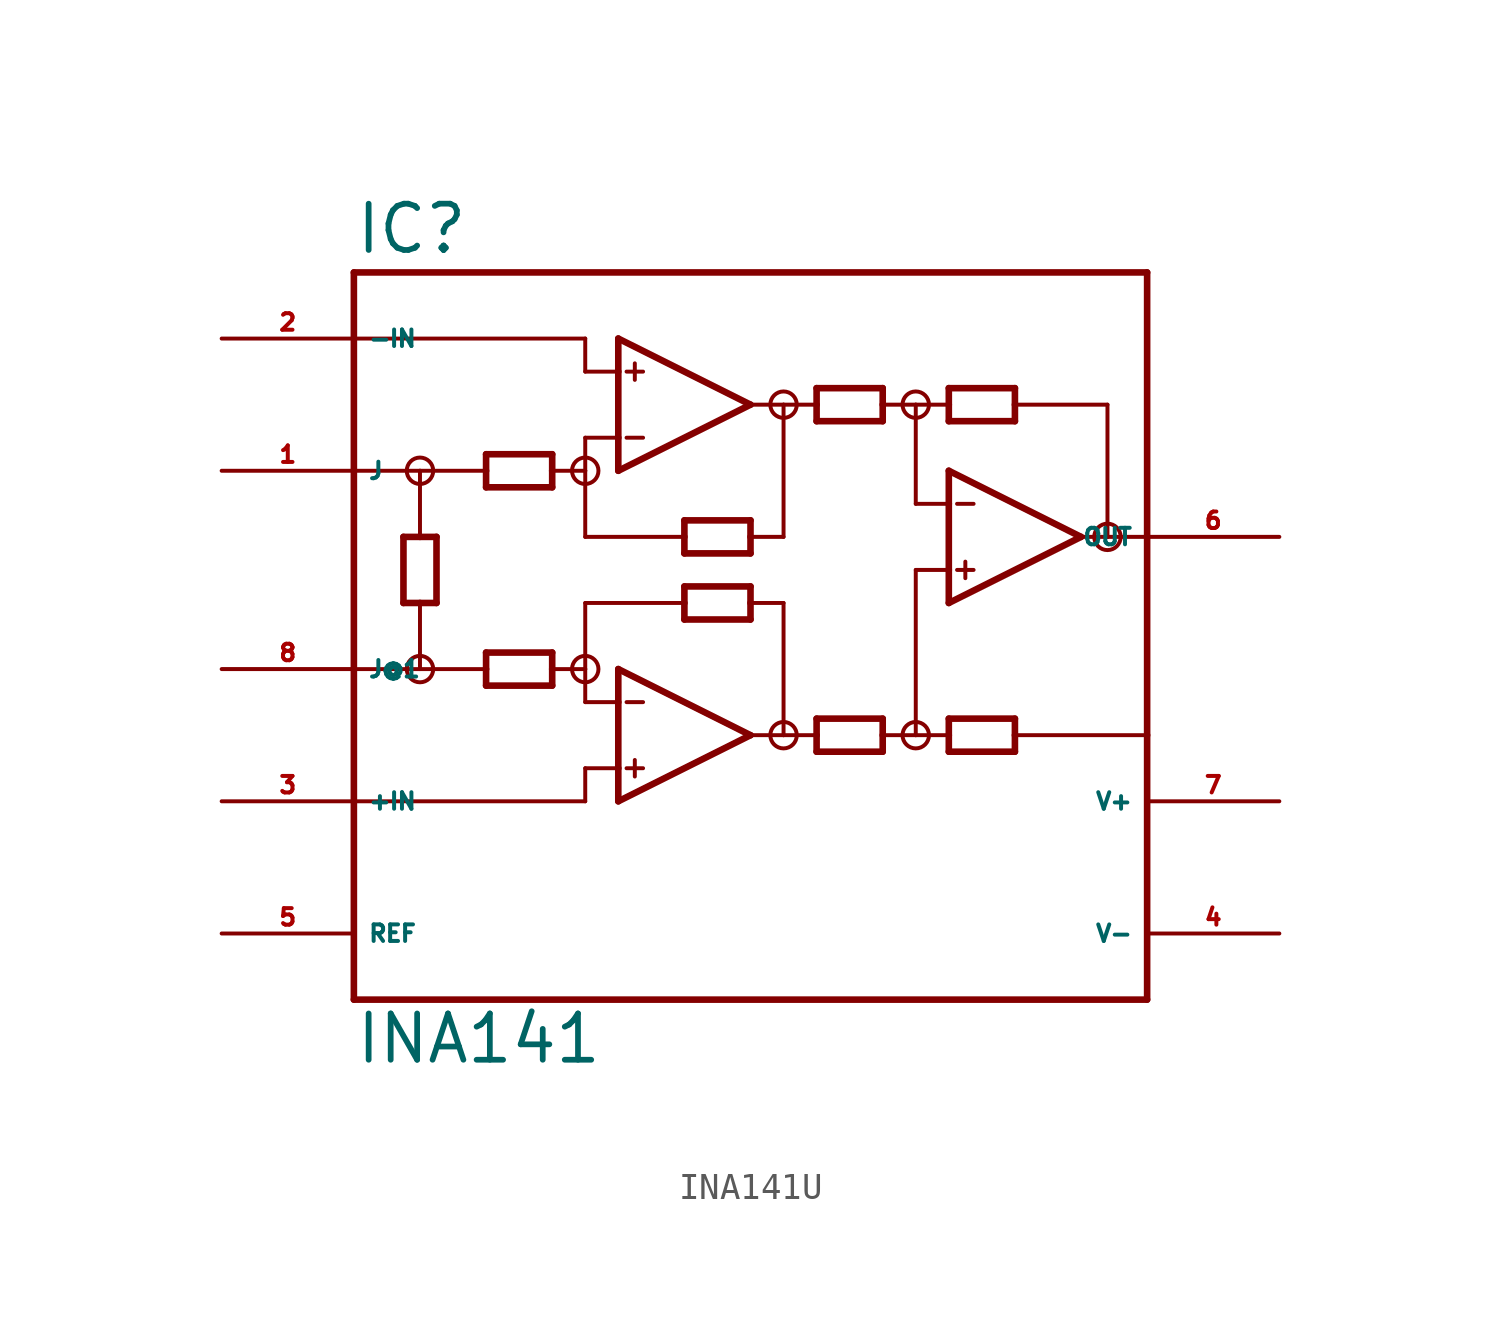
<source format=kicad_sym>
(kicad_symbol_lib
  (version 20220914)
  (generator Eagle2Kicad)
  (symbol "INA141U"
    (property "Reference" "IC"
      (at -17.78 15.875 0)
      (effects (font (size 1.778 1.778) (thickness 0.22)) (justify left bottom)))
    (property "Value" "INA141"
      (at -17.78 -15.24 0)
      (effects (font (size 1.778 1.778) (thickness 0.22)) (justify left bottom)))
    (polyline
      (pts (xy -7.62 7.62) (xy -7.62 8.89))
      (stroke (width 0.254) (type default))
      (fill (type none)))
    (polyline
      (pts (xy -7.62 8.89) (xy -7.62 11.43))
      (stroke (width 0.254) (type default))
      (fill (type none)))
    (polyline
      (pts (xy -7.62 11.43) (xy -7.62 12.7))
      (stroke (width 0.254) (type default))
      (fill (type none)))
    (polyline
      (pts (xy -7.62 12.7) (xy -2.54 10.16))
      (stroke (width 0.254) (type default))
      (fill (type none)))
    (polyline
      (pts (xy -2.54 10.16) (xy -7.62 7.62))
      (stroke (width 0.254) (type default))
      (fill (type none)))
    (polyline
      (pts (xy -2.54 4.445) (xy -2.54 5.08))
      (stroke (width 0.254) (type default))
      (fill (type none)))
    (polyline
      (pts (xy -2.54 5.08) (xy -2.54 5.715))
      (stroke (width 0.254) (type default))
      (fill (type none)))
    (polyline
      (pts (xy -2.54 5.715) (xy -5.08 5.715))
      (stroke (width 0.254) (type default))
      (fill (type none)))
    (polyline
      (pts (xy -5.08 5.715) (xy -5.08 5.08))
      (stroke (width 0.254) (type default))
      (fill (type none)))
    (polyline
      (pts (xy -5.08 5.08) (xy -5.08 4.445))
      (stroke (width 0.254) (type default))
      (fill (type none)))
    (polyline
      (pts (xy -5.08 4.445) (xy -2.54 4.445))
      (stroke (width 0.254) (type default))
      (fill (type none)))
    (polyline
      (pts (xy 0 9.525) (xy 0 10.16))
      (stroke (width 0.254) (type default))
      (fill (type none)))
    (polyline
      (pts (xy 0 10.16) (xy 0 10.795))
      (stroke (width 0.254) (type default))
      (fill (type none)))
    (polyline
      (pts (xy 0 10.795) (xy 2.54 10.795))
      (stroke (width 0.254) (type default))
      (fill (type none)))
    (polyline
      (pts (xy 2.54 10.795) (xy 2.54 10.16))
      (stroke (width 0.254) (type default))
      (fill (type none)))
    (polyline
      (pts (xy 2.54 10.16) (xy 2.54 9.525))
      (stroke (width 0.254) (type default))
      (fill (type none)))
    (polyline
      (pts (xy 2.54 9.525) (xy 0 9.525))
      (stroke (width 0.254) (type default))
      (fill (type none)))
    (polyline
      (pts (xy -7.62 11.43) (xy -8.89 11.43))
      (stroke (width 0.152) (type default))
      (fill (type none)))
    (polyline
      (pts (xy 7.62 10.795) (xy 7.62 10.16))
      (stroke (width 0.254) (type default))
      (fill (type none)))
    (polyline
      (pts (xy 7.62 10.16) (xy 7.62 9.525))
      (stroke (width 0.254) (type default))
      (fill (type none)))
    (polyline
      (pts (xy 7.62 9.525) (xy 5.08 9.525))
      (stroke (width 0.254) (type default))
      (fill (type none)))
    (polyline
      (pts (xy 5.08 9.525) (xy 5.08 10.16))
      (stroke (width 0.254) (type default))
      (fill (type none)))
    (polyline
      (pts (xy 5.08 10.16) (xy 5.08 10.795))
      (stroke (width 0.254) (type default))
      (fill (type none)))
    (polyline
      (pts (xy 5.08 10.795) (xy 7.62 10.795))
      (stroke (width 0.254) (type default))
      (fill (type none)))
    (polyline
      (pts (xy 5.08 -1.905) (xy 5.08 -2.54))
      (stroke (width 0.254) (type default))
      (fill (type none)))
    (polyline
      (pts (xy 5.08 -2.54) (xy 5.08 -3.175))
      (stroke (width 0.254) (type default))
      (fill (type none)))
    (polyline
      (pts (xy 5.08 -3.175) (xy 7.62 -3.175))
      (stroke (width 0.254) (type default))
      (fill (type none)))
    (polyline
      (pts (xy 7.62 -3.175) (xy 7.62 -2.54))
      (stroke (width 0.254) (type default))
      (fill (type none)))
    (polyline
      (pts (xy 7.62 -2.54) (xy 7.62 -1.905))
      (stroke (width 0.254) (type default))
      (fill (type none)))
    (polyline
      (pts (xy 7.62 -1.905) (xy 5.08 -1.905))
      (stroke (width 0.254) (type default))
      (fill (type none)))
    (polyline
      (pts (xy -7.62 8.89) (xy -8.89 8.89))
      (stroke (width 0.152) (type default))
      (fill (type none)))
    (polyline
      (pts (xy -7.303 11.43) (xy -6.668 11.43))
      (stroke (width 0.152) (type default))
      (fill (type none)))
    (polyline
      (pts (xy -7.303 8.89) (xy -6.668 8.89))
      (stroke (width 0.152) (type default))
      (fill (type none)))
    (polyline
      (pts (xy -6.985 11.748) (xy -6.985 11.113))
      (stroke (width 0.152) (type default))
      (fill (type none)))
    (polyline
      (pts (xy -17.78 -12.7) (xy 12.7 -12.7))
      (stroke (width 0.254) (type default))
      (fill (type none)))
    (polyline
      (pts (xy 12.7 -12.7) (xy 12.7 -2.54))
      (stroke (width 0.254) (type default))
      (fill (type none)))
    (polyline
      (pts (xy 12.7 -2.54) (xy 12.7 5.08))
      (stroke (width 0.254) (type default))
      (fill (type none)))
    (polyline
      (pts (xy 12.7 5.08) (xy 12.7 15.24))
      (stroke (width 0.254) (type default))
      (fill (type none)))
    (polyline
      (pts (xy 12.7 15.24) (xy -17.78 15.24))
      (stroke (width 0.254) (type default))
      (fill (type none)))
    (polyline
      (pts (xy -17.78 15.24) (xy -17.78 12.7))
      (stroke (width 0.254) (type default))
      (fill (type none)))
    (polyline
      (pts (xy -17.78 12.7) (xy -17.78 7.62))
      (stroke (width 0.254) (type default))
      (fill (type none)))
    (polyline
      (pts (xy -17.78 7.62) (xy -17.78 0))
      (stroke (width 0.254) (type default))
      (fill (type none)))
    (polyline
      (pts (xy -17.78 0) (xy -17.78 -5.08))
      (stroke (width 0.254) (type default))
      (fill (type none)))
    (polyline
      (pts (xy -17.78 -5.08) (xy -17.78 -12.7))
      (stroke (width 0.254) (type default))
      (fill (type none)))
    (polyline
      (pts (xy -7.62 -5.08) (xy -7.62 -3.81))
      (stroke (width 0.254) (type default))
      (fill (type none)))
    (polyline
      (pts (xy -7.62 -3.81) (xy -7.62 -1.27))
      (stroke (width 0.254) (type default))
      (fill (type none)))
    (polyline
      (pts (xy -7.62 -1.27) (xy -7.62 0))
      (stroke (width 0.254) (type default))
      (fill (type none)))
    (polyline
      (pts (xy -7.62 0) (xy -2.54 -2.54))
      (stroke (width 0.254) (type default))
      (fill (type none)))
    (polyline
      (pts (xy -2.54 -2.54) (xy -7.62 -5.08))
      (stroke (width 0.254) (type default))
      (fill (type none)))
    (polyline
      (pts (xy 2.54 -3.175) (xy 2.54 -2.54))
      (stroke (width 0.254) (type default))
      (fill (type none)))
    (polyline
      (pts (xy 2.54 -2.54) (xy 2.54 -1.905))
      (stroke (width 0.254) (type default))
      (fill (type none)))
    (polyline
      (pts (xy 2.54 -1.905) (xy 0 -1.905))
      (stroke (width 0.254) (type default))
      (fill (type none)))
    (polyline
      (pts (xy 0 -1.905) (xy 0 -2.54))
      (stroke (width 0.254) (type default))
      (fill (type none)))
    (polyline
      (pts (xy 0 -2.54) (xy 0 -3.175))
      (stroke (width 0.254) (type default))
      (fill (type none)))
    (polyline
      (pts (xy 0 -3.175) (xy 2.54 -3.175))
      (stroke (width 0.254) (type default))
      (fill (type none)))
    (polyline
      (pts (xy -5.08 1.905) (xy -5.08 2.54))
      (stroke (width 0.254) (type default))
      (fill (type none)))
    (polyline
      (pts (xy -5.08 2.54) (xy -5.08 3.175))
      (stroke (width 0.254) (type default))
      (fill (type none)))
    (polyline
      (pts (xy -5.08 3.175) (xy -2.54 3.175))
      (stroke (width 0.254) (type default))
      (fill (type none)))
    (polyline
      (pts (xy -2.54 3.175) (xy -2.54 2.54))
      (stroke (width 0.254) (type default))
      (fill (type none)))
    (polyline
      (pts (xy -2.54 2.54) (xy -2.54 1.905))
      (stroke (width 0.254) (type default))
      (fill (type none)))
    (polyline
      (pts (xy -2.54 1.905) (xy -5.08 1.905))
      (stroke (width 0.254) (type default))
      (fill (type none)))
    (polyline
      (pts (xy -7.62 -1.27) (xy -8.89 -1.27))
      (stroke (width 0.152) (type default))
      (fill (type none)))
    (polyline
      (pts (xy -7.62 -3.81) (xy -8.89 -3.81))
      (stroke (width 0.152) (type default))
      (fill (type none)))
    (polyline
      (pts (xy -7.303 -1.27) (xy -6.668 -1.27))
      (stroke (width 0.152) (type default))
      (fill (type none)))
    (polyline
      (pts (xy -7.303 -3.81) (xy -6.668 -3.81))
      (stroke (width 0.152) (type default))
      (fill (type none)))
    (polyline
      (pts (xy -6.985 -3.493) (xy -6.985 -4.128))
      (stroke (width 0.152) (type default))
      (fill (type none)))
    (polyline
      (pts (xy -8.89 11.43) (xy -8.89 12.7))
      (stroke (width 0.152) (type default))
      (fill (type none)))
    (polyline
      (pts (xy -8.89 12.7) (xy -17.78 12.7))
      (stroke (width 0.152) (type default))
      (fill (type none)))
    (polyline
      (pts (xy 5.08 2.54) (xy 5.08 3.81))
      (stroke (width 0.254) (type default))
      (fill (type none)))
    (polyline
      (pts (xy 5.08 3.81) (xy 5.08 6.35))
      (stroke (width 0.254) (type default))
      (fill (type none)))
    (polyline
      (pts (xy 5.08 6.35) (xy 5.08 7.62))
      (stroke (width 0.254) (type default))
      (fill (type none)))
    (polyline
      (pts (xy 5.08 7.62) (xy 10.16 5.08))
      (stroke (width 0.254) (type default))
      (fill (type none)))
    (polyline
      (pts (xy 10.16 5.08) (xy 5.08 2.54))
      (stroke (width 0.254) (type default))
      (fill (type none)))
    (polyline
      (pts (xy 5.08 3.81) (xy 3.81 3.81))
      (stroke (width 0.152) (type default))
      (fill (type none)))
    (polyline
      (pts (xy 5.397 6.35) (xy 6.032 6.35))
      (stroke (width 0.152) (type default))
      (fill (type none)))
    (polyline
      (pts (xy 5.397 3.81) (xy 6.032 3.81))
      (stroke (width 0.152) (type default))
      (fill (type none)))
    (polyline
      (pts (xy 5.715 4.128) (xy 5.715 3.493))
      (stroke (width 0.152) (type default))
      (fill (type none)))
    (polyline
      (pts (xy -2.54 10.16) (xy -1.27 10.16))
      (stroke (width 0.152) (type default))
      (fill (type none)))
    (polyline
      (pts (xy -1.27 10.16) (xy 0 10.16))
      (stroke (width 0.152) (type default))
      (fill (type none)))
    (polyline
      (pts (xy 2.54 10.16) (xy 3.81 10.16))
      (stroke (width 0.152) (type default))
      (fill (type none)))
    (polyline
      (pts (xy 3.81 10.16) (xy 5.08 10.16))
      (stroke (width 0.152) (type default))
      (fill (type none)))
    (polyline
      (pts (xy 10.16 5.08) (xy 11.176 5.08))
      (stroke (width 0.152) (type default))
      (fill (type none)))
    (polyline
      (pts (xy 11.176 5.08) (xy 11.176 10.16))
      (stroke (width 0.152) (type default))
      (fill (type none)))
    (polyline
      (pts (xy 11.176 10.16) (xy 7.62 10.16))
      (stroke (width 0.152) (type default))
      (fill (type none)))
    (polyline
      (pts (xy 11.176 5.08) (xy 12.7 5.08))
      (stroke (width 0.152) (type default))
      (fill (type none)))
    (polyline
      (pts (xy -8.89 8.89) (xy -8.89 7.62))
      (stroke (width 0.152) (type default))
      (fill (type none)))
    (polyline
      (pts (xy -8.89 7.62) (xy -8.89 5.08))
      (stroke (width 0.152) (type default))
      (fill (type none)))
    (polyline
      (pts (xy -8.89 5.08) (xy -5.08 5.08))
      (stroke (width 0.152) (type default))
      (fill (type none)))
    (polyline
      (pts (xy -1.27 10.16) (xy -1.27 5.08))
      (stroke (width 0.152) (type default))
      (fill (type none)))
    (polyline
      (pts (xy -1.27 5.08) (xy -2.54 5.08))
      (stroke (width 0.152) (type default))
      (fill (type none)))
    (polyline
      (pts (xy 3.81 10.16) (xy 3.81 6.35))
      (stroke (width 0.152) (type default))
      (fill (type none)))
    (polyline
      (pts (xy 3.81 6.35) (xy 5.08 6.35))
      (stroke (width 0.152) (type default))
      (fill (type none)))
    (polyline
      (pts (xy -5.08 2.54) (xy -8.89 2.54))
      (stroke (width 0.152) (type default))
      (fill (type none)))
    (polyline
      (pts (xy -8.89 2.54) (xy -8.89 0))
      (stroke (width 0.152) (type default))
      (fill (type none)))
    (polyline
      (pts (xy -8.89 0) (xy -8.89 -1.27))
      (stroke (width 0.152) (type default))
      (fill (type none)))
    (polyline
      (pts (xy -2.54 2.54) (xy -1.27 2.54))
      (stroke (width 0.152) (type default))
      (fill (type none)))
    (polyline
      (pts (xy -1.27 2.54) (xy -1.27 -2.54))
      (stroke (width 0.152) (type default))
      (fill (type none)))
    (polyline
      (pts (xy -1.27 -2.54) (xy -2.54 -2.54))
      (stroke (width 0.152) (type default))
      (fill (type none)))
    (polyline
      (pts (xy -1.27 -2.54) (xy 0 -2.54))
      (stroke (width 0.152) (type default))
      (fill (type none)))
    (polyline
      (pts (xy 2.54 -2.54) (xy 3.81 -2.54))
      (stroke (width 0.152) (type default))
      (fill (type none)))
    (polyline
      (pts (xy 3.81 -2.54) (xy 5.08 -2.54))
      (stroke (width 0.152) (type default))
      (fill (type none)))
    (polyline
      (pts (xy -8.89 -3.81) (xy -8.89 -5.08))
      (stroke (width 0.152) (type default))
      (fill (type none)))
    (polyline
      (pts (xy -8.89 -5.08) (xy -17.78 -5.08))
      (stroke (width 0.152) (type default))
      (fill (type none)))
    (polyline
      (pts (xy 3.81 3.81) (xy 3.81 -2.54))
      (stroke (width 0.152) (type default))
      (fill (type none)))
    (polyline
      (pts (xy 7.62 -2.54) (xy 12.7 -2.54))
      (stroke (width 0.152) (type default))
      (fill (type none)))
    (polyline
      (pts (xy -10.16 6.985) (xy -10.16 7.62))
      (stroke (width 0.254) (type default))
      (fill (type none)))
    (polyline
      (pts (xy -10.16 7.62) (xy -10.16 8.255))
      (stroke (width 0.254) (type default))
      (fill (type none)))
    (polyline
      (pts (xy -10.16 8.255) (xy -12.7 8.255))
      (stroke (width 0.254) (type default))
      (fill (type none)))
    (polyline
      (pts (xy -12.7 8.255) (xy -12.7 7.62))
      (stroke (width 0.254) (type default))
      (fill (type none)))
    (polyline
      (pts (xy -12.7 7.62) (xy -12.7 6.985))
      (stroke (width 0.254) (type default))
      (fill (type none)))
    (polyline
      (pts (xy -12.7 6.985) (xy -10.16 6.985))
      (stroke (width 0.254) (type default))
      (fill (type none)))
    (polyline
      (pts (xy -10.16 -0.635) (xy -10.16 0))
      (stroke (width 0.254) (type default))
      (fill (type none)))
    (polyline
      (pts (xy -10.16 0) (xy -10.16 0.635))
      (stroke (width 0.254) (type default))
      (fill (type none)))
    (polyline
      (pts (xy -10.16 0.635) (xy -12.7 0.635))
      (stroke (width 0.254) (type default))
      (fill (type none)))
    (polyline
      (pts (xy -12.7 0.635) (xy -12.7 0))
      (stroke (width 0.254) (type default))
      (fill (type none)))
    (polyline
      (pts (xy -12.7 0) (xy -12.7 -0.635))
      (stroke (width 0.254) (type default))
      (fill (type none)))
    (polyline
      (pts (xy -12.7 -0.635) (xy -10.16 -0.635))
      (stroke (width 0.254) (type default))
      (fill (type none)))
    (polyline
      (pts (xy -8.89 0) (xy -10.16 0))
      (stroke (width 0.152) (type default))
      (fill (type none)))
    (polyline
      (pts (xy -14.605 5.08) (xy -15.24 5.08))
      (stroke (width 0.254) (type default))
      (fill (type none)))
    (polyline
      (pts (xy -15.24 5.08) (xy -15.875 5.08))
      (stroke (width 0.254) (type default))
      (fill (type none)))
    (polyline
      (pts (xy -15.875 5.08) (xy -15.875 2.54))
      (stroke (width 0.254) (type default))
      (fill (type none)))
    (polyline
      (pts (xy -15.875 2.54) (xy -15.24 2.54))
      (stroke (width 0.254) (type default))
      (fill (type none)))
    (polyline
      (pts (xy -15.24 2.54) (xy -14.605 2.54))
      (stroke (width 0.254) (type default))
      (fill (type none)))
    (polyline
      (pts (xy -14.605 2.54) (xy -14.605 5.08))
      (stroke (width 0.254) (type default))
      (fill (type none)))
    (polyline
      (pts (xy -15.24 0) (xy -15.24 2.54))
      (stroke (width 0.152) (type default))
      (fill (type none)))
    (polyline
      (pts (xy -15.24 7.62) (xy -15.24 5.08))
      (stroke (width 0.152) (type default))
      (fill (type none)))
    (polyline
      (pts (xy -17.78 7.62) (xy -15.24 7.62))
      (stroke (width 0.152) (type default))
      (fill (type none)))
    (polyline
      (pts (xy -15.24 7.62) (xy -12.7 7.62))
      (stroke (width 0.152) (type default))
      (fill (type none)))
    (polyline
      (pts (xy -17.78 0) (xy -15.24 0))
      (stroke (width 0.152) (type default))
      (fill (type none)))
    (polyline
      (pts (xy -15.24 0) (xy -12.7 0))
      (stroke (width 0.152) (type default))
      (fill (type none)))
    (polyline
      (pts (xy -10.16 7.62) (xy -8.89 7.62))
      (stroke (width 0.152) (type default))
      (fill (type none)))
    (circle
      (center -15.24 7.62)
      (radius 0.508)
      (stroke (width 0) (type default))
      (fill (type none)))
    (circle
      (center -8.89 7.62)
      (radius 0.508)
      (stroke (width 0) (type default))
      (fill (type none)))
    (circle
      (center -15.24 0)
      (radius 0.508)
      (stroke (width 0) (type default))
      (fill (type none)))
    (circle
      (center -8.89 0)
      (radius 0.508)
      (stroke (width 0) (type default))
      (fill (type none)))
    (circle
      (center -1.27 10.16)
      (radius 0.508)
      (stroke (width 0) (type default))
      (fill (type none)))
    (circle
      (center 3.81 10.16)
      (radius 0.508)
      (stroke (width 0) (type default))
      (fill (type none)))
    (circle
      (center -1.27 -2.54)
      (radius 0.508)
      (stroke (width 0) (type default))
      (fill (type none)))
    (circle
      (center 3.81 -2.54)
      (radius 0.508)
      (stroke (width 0) (type default))
      (fill (type none)))
    (circle
      (center 11.176 5.08)
      (radius 0.508)
      (stroke (width 0) (type default))
      (fill (type none)))
    (pin input line
      (at -22.86 -5.08 0)
      (length 5.08)
      (name "+IN" (effects (font (size 0.635 0.635) (thickness 0.08)) (justify left bottom)))
      (number "3" (effects (font (size 0.635 0.635) (thickness 0.08)) (justify left bottom))))
    (pin input line
      (at -22.86 12.7 0)
      (length 5.08)
      (name "-IN" (effects (font (size 0.635 0.635) (thickness 0.08)) (justify left bottom)))
      (number "2" (effects (font (size 0.635 0.635) (thickness 0.08)) (justify left bottom))))
    (pin output line
      (at 17.78 5.08 180)
      (length 5.08)
      (name "OUT" (effects (font (size 0.635 0.635) (thickness 0.08)) (justify left bottom)))
      (number "6" (effects (font (size 0.635 0.635) (thickness 0.08)) (justify left bottom))))
    (pin passive line
      (at -22.86 7.62 0)
      (length 5.08)
      (name "J" (effects (font (size 0.635 0.635) (thickness 0.08)) (justify left bottom)))
      (number "1" (effects (font (size 0.635 0.635) (thickness 0.08)) (justify left bottom))))
    (pin passive line
      (at -22.86 0 0)
      (length 5.08)
      (name "J@1" (effects (font (size 0.635 0.635) (thickness 0.08)) (justify left bottom)))
      (number "8" (effects (font (size 0.635 0.635) (thickness 0.08)) (justify left bottom))))
    (pin passive line
      (at -22.86 -10.16 0)
      (length 5.08)
      (name "REF" (effects (font (size 0.635 0.635) (thickness 0.08)) (justify left bottom)))
      (number "5" (effects (font (size 0.635 0.635) (thickness 0.08)) (justify left bottom))))
    (pin unspecified line
      (at 17.78 -10.16 180)
      (length 5.08)
      (name "V-" (effects (font (size 0.635 0.635) (thickness 0.08)) (justify left bottom)))
      (number "4" (effects (font (size 0.635 0.635) (thickness 0.08)) (justify left bottom))))
    (pin unspecified line
      (at 17.78 -5.08 180)
      (length 5.08)
      (name "V+" (effects (font (size 0.635 0.635) (thickness 0.08)) (justify left bottom)))
      (number "7" (effects (font (size 0.635 0.635) (thickness 0.08)) (justify left bottom))))))
</source>
